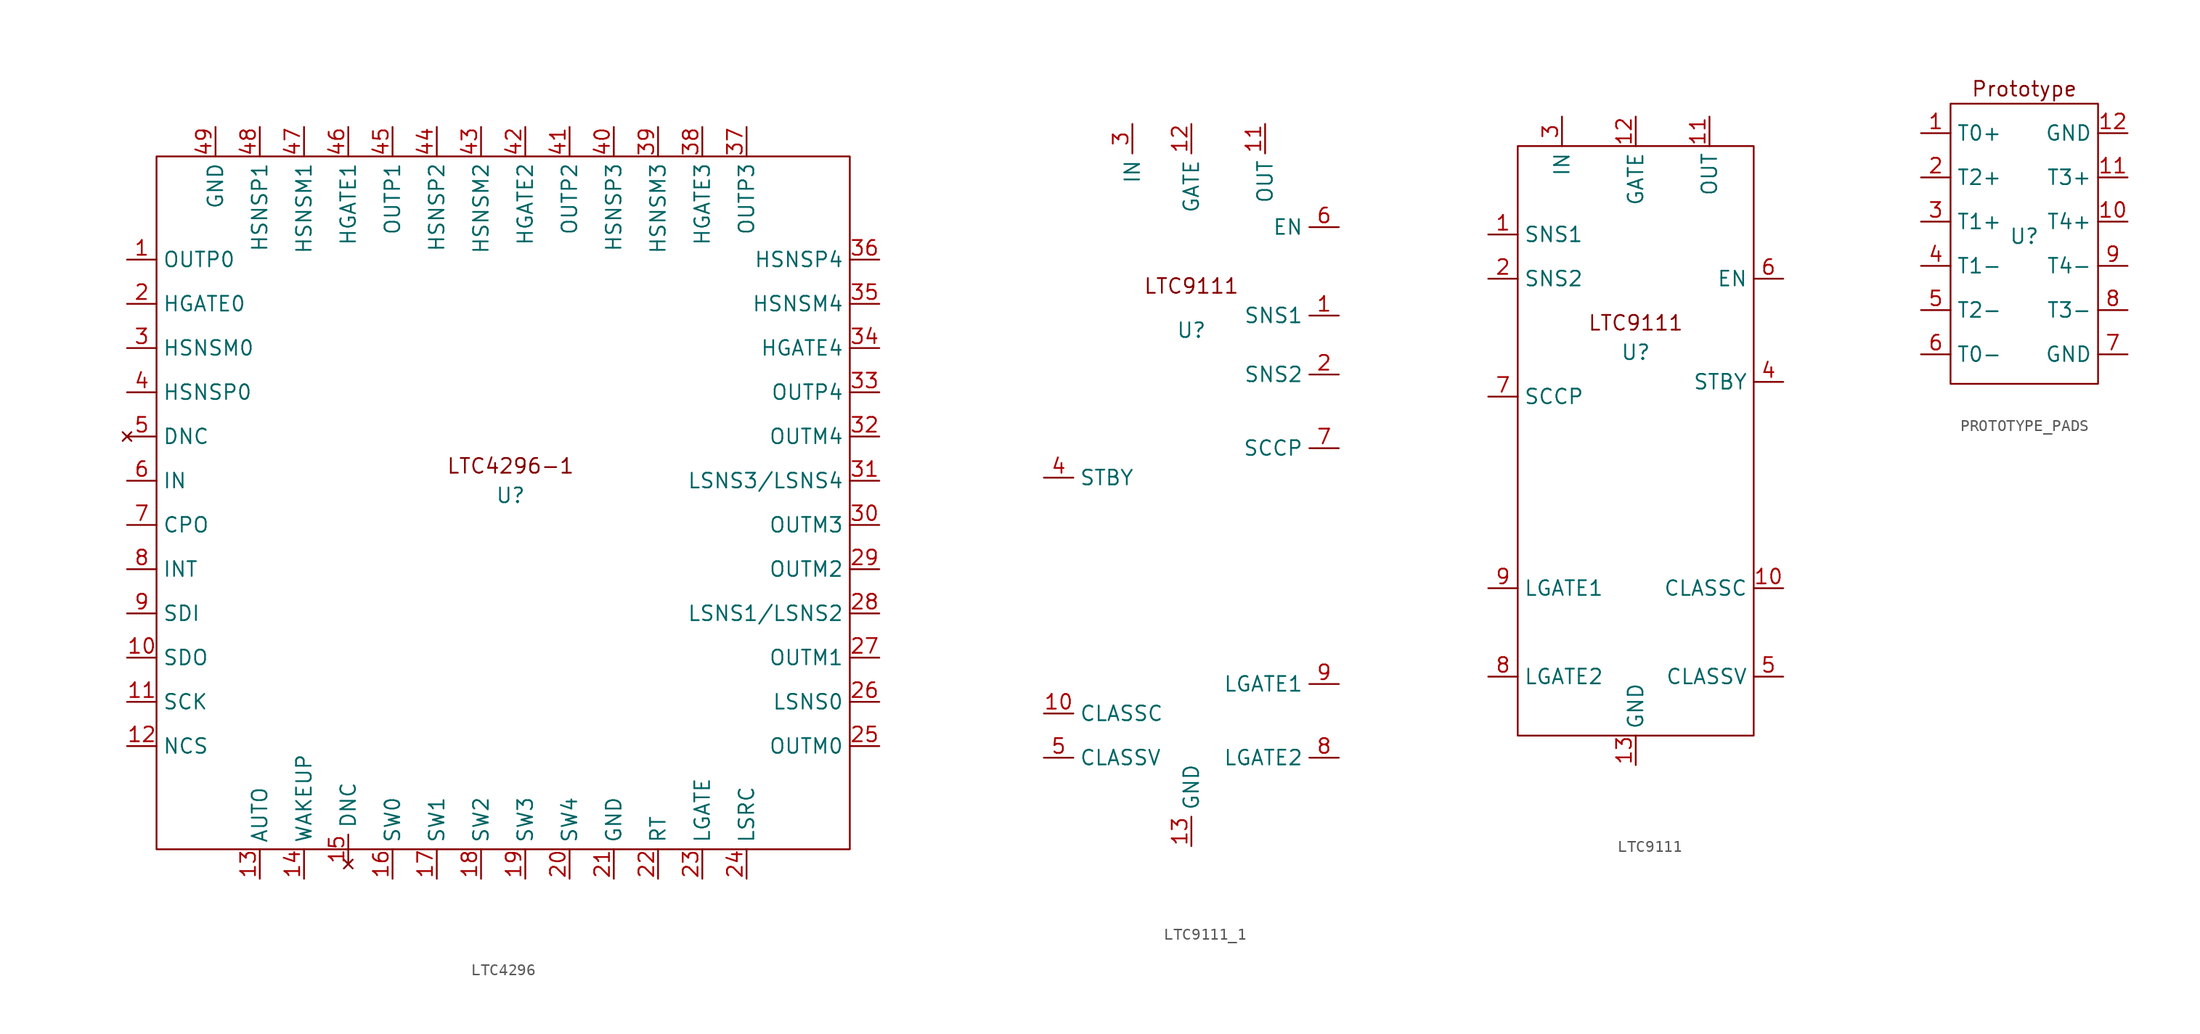
<source format=kicad_sym>
(kicad_symbol_lib
  (version 20220914)
  (generator kicad_symbol_editor)
  (symbol "LTC4296"
    (property "Reference" "U"
      (at -7.62 -33.02 0)
      (effects (font (size 1.27 1.27))))
    (property "Value" ""
      (at -11.43 -34.29 0)
      (effects (font (size 1.27 1.27))))
    (symbol "LTC4296_0_1"
      (rectangle (start -38.1 -3.81) (end 21.59 -63.5) (stroke (width 0) (type default)) (fill (type none))))
    (symbol "LTC4296_1_1"
      (text "LTC4296-1" (at -7.62 -30.48 0) (effects (font (size 1.27 1.27))))
      (pin output line (at -40.64 -12.7 0) (length 2.54) (name "OUTP0" (effects (font (size 1.27 1.27)))) (number "1" (effects (font (size 1.27 1.27)))))
      (pin output line (at -40.64 -46.99 0) (length 2.54) (name "SDO" (effects (font (size 1.27 1.27)))) (number "10" (effects (font (size 1.27 1.27)))))
      (pin input line (at -40.64 -50.8 0) (length 2.54) (name "SCK" (effects (font (size 1.27 1.27)))) (number "11" (effects (font (size 1.27 1.27)))))
      (pin input line (at -40.64 -54.61 0) (length 2.54) (name "NCS" (effects (font (size 1.27 1.27)))) (number "12" (effects (font (size 1.27 1.27)))))
      (pin input line (at -29.21 -66.04 90) (length 2.54) (name "AUTO" (effects (font (size 1.27 1.27)))) (number "13" (effects (font (size 1.27 1.27)))))
      (pin input line (at -25.4 -66.04 90) (length 2.54) (name "WAKEUP" (effects (font (size 1.27 1.27)))) (number "14" (effects (font (size 1.27 1.27)))))
      (pin no_connect line (at -21.59 -64.77 90) (length 2.54) (name "DNC" (effects (font (size 1.27 1.27)))) (number "15" (effects (font (size 1.27 1.27)))))
      (pin input line (at -17.78 -66.04 90) (length 2.54) (name "SW0" (effects (font (size 1.27 1.27)))) (number "16" (effects (font (size 1.27 1.27)))))
      (pin input line (at -13.97 -66.04 90) (length 2.54) (name "SW1" (effects (font (size 1.27 1.27)))) (number "17" (effects (font (size 1.27 1.27)))))
      (pin input line (at -10.16 -66.04 90) (length 2.54) (name "SW2" (effects (font (size 1.27 1.27)))) (number "18" (effects (font (size 1.27 1.27)))))
      (pin input line (at -6.35 -66.04 90) (length 2.54) (name "SW3" (effects (font (size 1.27 1.27)))) (number "19" (effects (font (size 1.27 1.27)))))
      (pin input line (at -40.64 -16.51 0) (length 2.54) (name "HGATE0" (effects (font (size 1.27 1.27)))) (number "2" (effects (font (size 1.27 1.27)))))
      (pin input line (at -2.54 -66.04 90) (length 2.54) (name "SW4" (effects (font (size 1.27 1.27)))) (number "20" (effects (font (size 1.27 1.27)))))
      (pin input line (at 1.27 -66.04 90) (length 2.54) (name "GND" (effects (font (size 1.27 1.27)))) (number "21" (effects (font (size 1.27 1.27)))))
      (pin input line (at 5.08 -66.04 90) (length 2.54) (name "RT" (effects (font (size 1.27 1.27)))) (number "22" (effects (font (size 1.27 1.27)))))
      (pin input line (at 8.89 -66.04 90) (length 2.54) (name "LGATE" (effects (font (size 1.27 1.27)))) (number "23" (effects (font (size 1.27 1.27)))))
      (pin input line (at 12.7 -66.04 90) (length 2.54) (name "LSRC" (effects (font (size 1.27 1.27)))) (number "24" (effects (font (size 1.27 1.27)))))
      (pin input line (at 24.13 -54.61 180) (length 2.54) (name "OUTM0" (effects (font (size 1.27 1.27)))) (number "25" (effects (font (size 1.27 1.27)))))
      (pin input line (at 24.13 -50.8 180) (length 2.54) (name "LSNS0" (effects (font (size 1.27 1.27)))) (number "26" (effects (font (size 1.27 1.27)))))
      (pin input line (at 24.13 -46.99 180) (length 2.54) (name "OUTM1" (effects (font (size 1.27 1.27)))) (number "27" (effects (font (size 1.27 1.27)))))
      (pin input line (at 24.13 -43.18 180) (length 2.54) (name "LSNS1/LSNS2" (effects (font (size 1.27 1.27)))) (number "28" (effects (font (size 1.27 1.27)))))
      (pin input line (at 24.13 -39.37 180) (length 2.54) (name "OUTM2" (effects (font (size 1.27 1.27)))) (number "29" (effects (font (size 1.27 1.27)))))
      (pin input line (at -40.64 -20.32 0) (length 2.54) (name "HSNSM0" (effects (font (size 1.27 1.27)))) (number "3" (effects (font (size 1.27 1.27)))))
      (pin input line (at 24.13 -35.56 180) (length 2.54) (name "OUTM3" (effects (font (size 1.27 1.27)))) (number "30" (effects (font (size 1.27 1.27)))))
      (pin input line (at 24.13 -31.75 180) (length 2.54) (name "LSNS3/LSNS4" (effects (font (size 1.27 1.27)))) (number "31" (effects (font (size 1.27 1.27)))))
      (pin input line (at 24.13 -27.94 180) (length 2.54) (name "OUTM4" (effects (font (size 1.27 1.27)))) (number "32" (effects (font (size 1.27 1.27)))))
      (pin input line (at 24.13 -24.13 180) (length 2.54) (name "OUTP4" (effects (font (size 1.27 1.27)))) (number "33" (effects (font (size 1.27 1.27)))))
      (pin input line (at 24.13 -20.32 180) (length 2.54) (name "HGATE4" (effects (font (size 1.27 1.27)))) (number "34" (effects (font (size 1.27 1.27)))))
      (pin input line (at 24.13 -16.51 180) (length 2.54) (name "HSNSM4" (effects (font (size 1.27 1.27)))) (number "35" (effects (font (size 1.27 1.27)))))
      (pin input line (at 24.13 -12.7 180) (length 2.54) (name "HSNSP4" (effects (font (size 1.27 1.27)))) (number "36" (effects (font (size 1.27 1.27)))))
      (pin output line (at 12.7 -1.27 270) (length 2.54) (name "OUTP3" (effects (font (size 1.27 1.27)))) (number "37" (effects (font (size 1.27 1.27)))))
      (pin output line (at 8.89 -1.27 270) (length 2.54) (name "HGATE3" (effects (font (size 1.27 1.27)))) (number "38" (effects (font (size 1.27 1.27)))))
      (pin output line (at 5.08 -1.27 270) (length 2.54) (name "HSNSM3" (effects (font (size 1.27 1.27)))) (number "39" (effects (font (size 1.27 1.27)))))
      (pin input line (at -40.64 -24.13 0) (length 2.54) (name "HSNSP0" (effects (font (size 1.27 1.27)))) (number "4" (effects (font (size 1.27 1.27)))))
      (pin output line (at 1.27 -1.27 270) (length 2.54) (name "HSNSP3" (effects (font (size 1.27 1.27)))) (number "40" (effects (font (size 1.27 1.27)))))
      (pin output line (at -2.54 -1.27 270) (length 2.54) (name "OUTP2" (effects (font (size 1.27 1.27)))) (number "41" (effects (font (size 1.27 1.27)))))
      (pin output line (at -6.35 -1.27 270) (length 2.54) (name "HGATE2" (effects (font (size 1.27 1.27)))) (number "42" (effects (font (size 1.27 1.27)))))
      (pin output line (at -10.16 -1.27 270) (length 2.54) (name "HSNSM2" (effects (font (size 1.27 1.27)))) (number "43" (effects (font (size 1.27 1.27)))))
      (pin output line (at -13.97 -1.27 270) (length 2.54) (name "HSNSP2" (effects (font (size 1.27 1.27)))) (number "44" (effects (font (size 1.27 1.27)))))
      (pin output line (at -17.78 -1.27 270) (length 2.54) (name "OUTP1" (effects (font (size 1.27 1.27)))) (number "45" (effects (font (size 1.27 1.27)))))
      (pin output line (at -21.59 -1.27 270) (length 2.54) (name "HGATE1" (effects (font (size 1.27 1.27)))) (number "46" (effects (font (size 1.27 1.27)))))
      (pin output line (at -25.4 -1.27 270) (length 2.54) (name "HSNSM1" (effects (font (size 1.27 1.27)))) (number "47" (effects (font (size 1.27 1.27)))))
      (pin output line (at -29.21 -1.27 270) (length 2.54) (name "HSNSP1" (effects (font (size 1.27 1.27)))) (number "48" (effects (font (size 1.27 1.27)))))
      (pin input line (at -33.02 -1.27 270) (length 2.54) (name "GND" (effects (font (size 1.27 1.27)))) (number "49" (effects (font (size 1.27 1.27)))))
      (pin no_connect line (at -40.64 -27.94 0) (length 2.54) (name "DNC" (effects (font (size 1.27 1.27)))) (number "5" (effects (font (size 1.27 1.27)))))
      (pin input line (at -40.64 -31.75 0) (length 2.54) (name "IN" (effects (font (size 1.27 1.27)))) (number "6" (effects (font (size 1.27 1.27)))))
      (pin output line (at -40.64 -35.56 0) (length 2.54) (name "CPO" (effects (font (size 1.27 1.27)))) (number "7" (effects (font (size 1.27 1.27)))))
      (pin input line (at -40.64 -39.37 0) (length 2.54) (name "INT" (effects (font (size 1.27 1.27)))) (number "8" (effects (font (size 1.27 1.27)))))
      (pin input line (at -40.64 -43.18 0) (length 2.54) (name "SDI" (effects (font (size 1.27 1.27)))) (number "9" (effects (font (size 1.27 1.27)))))))
  (symbol "LTC9111_1"
    (property "Reference" "U"
      (at 0 16.51 0)
      (effects (font (size 1.27 1.27))))
    (property "Value" ""
      (at 15.24 8.89 0)
      (effects (font (size 1.27 1.27))))
    (symbol "LTC9111_1_1_1"
      (text "LTC9111" (at 0 20.32 0) (effects (font (size 1.27 1.27))))
      (pin unspecified line (at 12.7 17.78 180) (length 2.54) (name "SNS1" (effects (font (size 1.27 1.27)))) (number "1" (effects (font (size 1.27 1.27)))))
      (pin unspecified line (at -12.7 -16.51 0) (length 2.54) (name "CLASSC" (effects (font (size 1.27 1.27)))) (number "10" (effects (font (size 1.27 1.27)))))
      (pin output line (at 6.35 34.29 270) (length 2.54) (name "OUT" (effects (font (size 1.27 1.27)))) (number "11" (effects (font (size 1.27 1.27)))))
      (pin unspecified line (at 0 34.29 270) (length 2.54) (name "GATE" (effects (font (size 1.27 1.27)))) (number "12" (effects (font (size 1.27 1.27)))))
      (pin input line (at 0 -27.94 90) (length 2.54) (name "GND" (effects (font (size 1.27 1.27)))) (number "13" (effects (font (size 1.27 1.27)))))
      (pin unspecified line (at 12.7 12.7 180) (length 2.54) (name "SNS2" (effects (font (size 1.27 1.27)))) (number "2" (effects (font (size 1.27 1.27)))))
      (pin input line (at -5.08 34.29 270) (length 2.54) (name "IN" (effects (font (size 1.27 1.27)))) (number "3" (effects (font (size 1.27 1.27)))))
      (pin unspecified line (at -12.7 3.81 0) (length 2.54) (name "STBY" (effects (font (size 1.27 1.27)))) (number "4" (effects (font (size 1.27 1.27)))))
      (pin unspecified line (at -12.7 -20.32 0) (length 2.54) (name "CLASSV" (effects (font (size 1.27 1.27)))) (number "5" (effects (font (size 1.27 1.27)))))
      (pin unspecified line (at 12.7 25.4 180) (length 2.54) (name "EN" (effects (font (size 1.27 1.27)))) (number "6" (effects (font (size 1.27 1.27)))))
      (pin unspecified line (at 12.7 6.35 180) (length 2.54) (name "SCCP" (effects (font (size 1.27 1.27)))) (number "7" (effects (font (size 1.27 1.27)))))
      (pin unspecified line (at 12.7 -20.32 180) (length 2.54) (name "LGATE2" (effects (font (size 1.27 1.27)))) (number "8" (effects (font (size 1.27 1.27)))))
      (pin unspecified line (at 12.7 -13.97 180) (length 2.54) (name "LGATE1" (effects (font (size 1.27 1.27)))) (number "9" (effects (font (size 1.27 1.27)))))))
  (symbol "LTC9111"
    (property "Reference" "U"
      (at 0 3.81 0)
      (effects (font (size 1.27 1.27))))
    (property "Value" ""
      (at 15.24 8.89 0)
      (effects (font (size 1.27 1.27))))
    (symbol "LTC9111_0_1"
      (rectangle (start -10.16 21.59) (end 10.16 -29.21) (stroke (width 0) (type default)) (fill (type none))))
    (symbol "LTC9111_1_1"
      (text "LTC9111" (at 0 6.35 0) (effects (font (size 1.27 1.27))))
      (pin unspecified line (at -12.7 13.97 0) (length 2.54) (name "SNS1" (effects (font (size 1.27 1.27)))) (number "1" (effects (font (size 1.27 1.27)))))
      (pin unspecified line (at 12.7 -16.51 180) (length 2.54) (name "CLASSC" (effects (font (size 1.27 1.27)))) (number "10" (effects (font (size 1.27 1.27)))))
      (pin output line (at 6.35 24.13 270) (length 2.54) (name "OUT" (effects (font (size 1.27 1.27)))) (number "11" (effects (font (size 1.27 1.27)))))
      (pin unspecified line (at 0 24.13 270) (length 2.54) (name "GATE" (effects (font (size 1.27 1.27)))) (number "12" (effects (font (size 1.27 1.27)))))
      (pin input line (at 0 -31.75 90) (length 2.54) (name "GND" (effects (font (size 1.27 1.27)))) (number "13" (effects (font (size 1.27 1.27)))))
      (pin unspecified line (at -12.7 10.16 0) (length 2.54) (name "SNS2" (effects (font (size 1.27 1.27)))) (number "2" (effects (font (size 1.27 1.27)))))
      (pin input line (at -6.35 24.13 270) (length 2.54) (name "IN" (effects (font (size 1.27 1.27)))) (number "3" (effects (font (size 1.27 1.27)))))
      (pin unspecified line (at 12.7 1.27 180) (length 2.54) (name "STBY" (effects (font (size 1.27 1.27)))) (number "4" (effects (font (size 1.27 1.27)))))
      (pin unspecified line (at 12.7 -24.13 180) (length 2.54) (name "CLASSV" (effects (font (size 1.27 1.27)))) (number "5" (effects (font (size 1.27 1.27)))))
      (pin unspecified line (at 12.7 10.16 180) (length 2.54) (name "EN" (effects (font (size 1.27 1.27)))) (number "6" (effects (font (size 1.27 1.27)))))
      (pin unspecified line (at -12.7 0 0) (length 2.54) (name "SCCP" (effects (font (size 1.27 1.27)))) (number "7" (effects (font (size 1.27 1.27)))))
      (pin unspecified line (at -12.7 -24.13 0) (length 2.54) (name "LGATE2" (effects (font (size 1.27 1.27)))) (number "8" (effects (font (size 1.27 1.27)))))
      (pin unspecified line (at -12.7 -16.51 0) (length 2.54) (name "LGATE1" (effects (font (size 1.27 1.27)))) (number "9" (effects (font (size 1.27 1.27)))))))
  (symbol "PROTOTYPE_PADS"
    (property "Reference" "U"
      (at 0 -8.89 0)
      (effects (font (size 1.27 1.27))))
    (property "Value" ""
      (at 0 -8.89 0)
      (effects (font (size 1.27 1.27))))
    (symbol "PROTOTYPE_PADS_0_1"
      (rectangle (start -6.35 2.54) (end 6.35 -21.59) (stroke (width 0) (type default)) (fill (type none))))
    (symbol "PROTOTYPE_PADS_1_1"
      (text "Prototype" (at 0 3.81 0) (effects (font (size 1.27 1.27))))
      (pin unspecified line (at -8.89 0 0) (length 2.54) (name "T0+" (effects (font (size 1.27 1.27)))) (number "1" (effects (font (size 1.27 1.27)))))
      (pin unspecified line (at 8.89 -7.62 180) (length 2.54) (name "T4+" (effects (font (size 1.27 1.27)))) (number "10" (effects (font (size 1.27 1.27)))))
      (pin unspecified line (at 8.89 -3.81 180) (length 2.54) (name "T3+" (effects (font (size 1.27 1.27)))) (number "11" (effects (font (size 1.27 1.27)))))
      (pin unspecified line (at 8.89 0 180) (length 2.54) (name "GND" (effects (font (size 1.27 1.27)))) (number "12" (effects (font (size 1.27 1.27)))))
      (pin unspecified line (at -8.89 -3.81 0) (length 2.54) (name "T2+" (effects (font (size 1.27 1.27)))) (number "2" (effects (font (size 1.27 1.27)))))
      (pin unspecified line (at -8.89 -7.62 0) (length 2.54) (name "T1+" (effects (font (size 1.27 1.27)))) (number "3" (effects (font (size 1.27 1.27)))))
      (pin unspecified line (at -8.89 -11.43 0) (length 2.54) (name "T1-" (effects (font (size 1.27 1.27)))) (number "4" (effects (font (size 1.27 1.27)))))
      (pin unspecified line (at -8.89 -15.24 0) (length 2.54) (name "T2-" (effects (font (size 1.27 1.27)))) (number "5" (effects (font (size 1.27 1.27)))))
      (pin unspecified line (at -8.89 -19.05 0) (length 2.54) (name "T0-" (effects (font (size 1.27 1.27)))) (number "6" (effects (font (size 1.27 1.27)))))
      (pin unspecified line (at 8.89 -19.05 180) (length 2.54) (name "GND" (effects (font (size 1.27 1.27)))) (number "7" (effects (font (size 1.27 1.27)))))
      (pin unspecified line (at 8.89 -15.24 180) (length 2.54) (name "T3-" (effects (font (size 1.27 1.27)))) (number "8" (effects (font (size 1.27 1.27)))))
      (pin unspecified line (at 8.89 -11.43 180) (length 2.54) (name "T4-" (effects (font (size 1.27 1.27)))) (number "9" (effects (font (size 1.27 1.27))))))))
</source>
